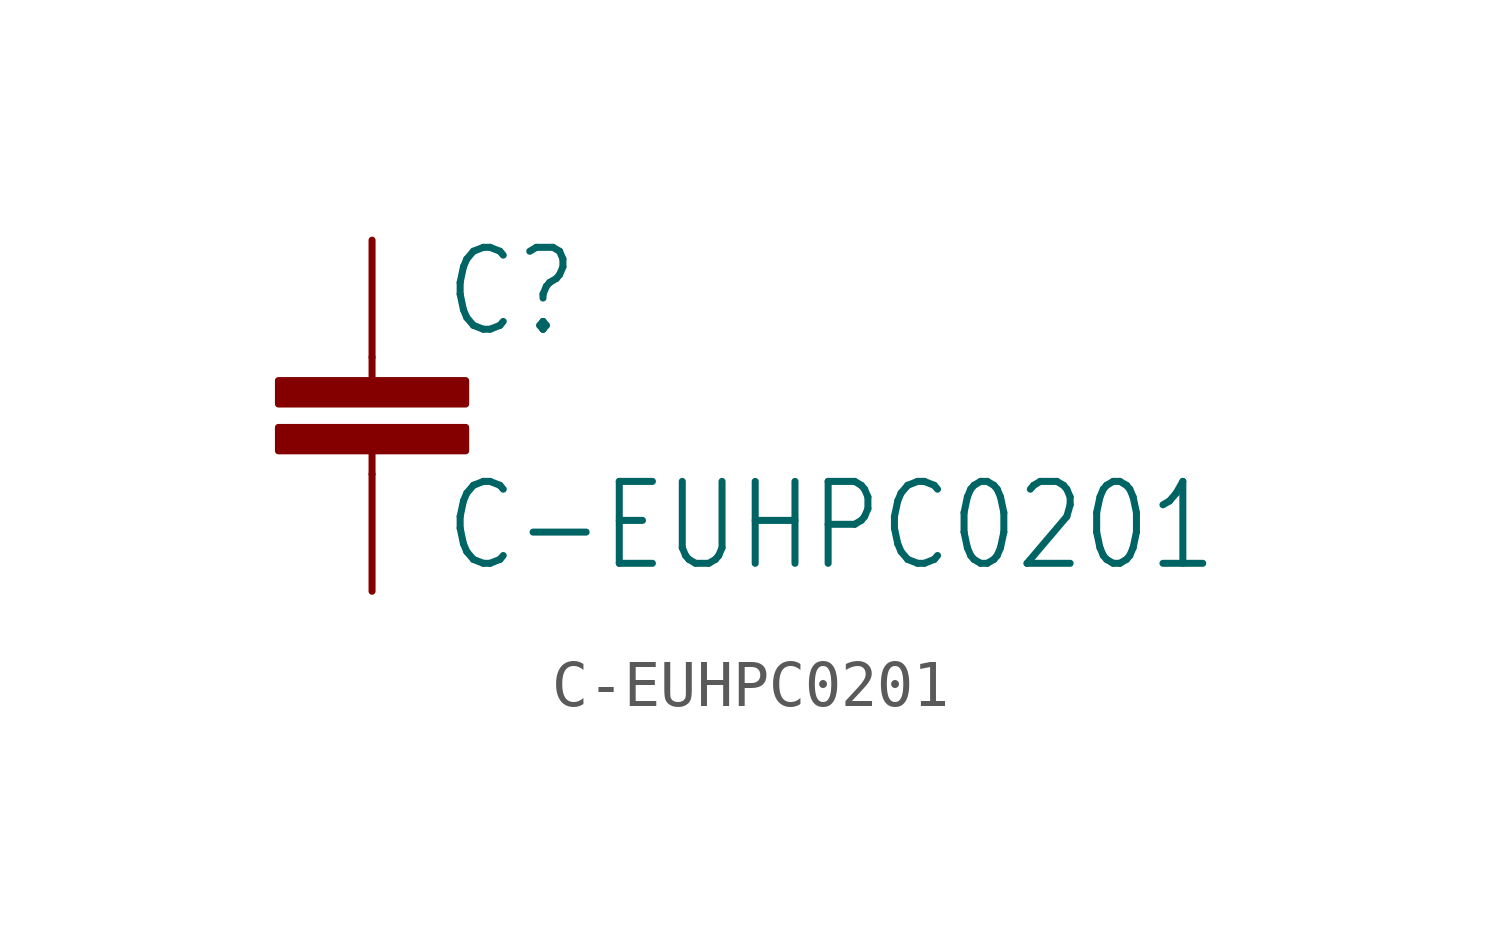
<source format=kicad_sym>
(kicad_symbol_lib
  (version 20231120)
  (generator "kicad_symbol_editor")
  (generator_version "8.0")
  (symbol "C-EUHPC0201"
    (property "Reference" "C"
      (at 1.524 0.381 0)
      (effects (font (size 1.778 1.511)) (justify left bottom)))
    (property "Value" "C-EUHPC0201"
      (at 1.524 -4.699 0)
      (effects (font (size 1.778 1.511)) (justify left bottom)))
    (property "ki_locked" ""
      (at 0 0 0)
      (effects (font (size 1.27 1.27))))
    (symbol "C-EUHPC0201_1_0"
      (rectangle (start -2.032 -2.032) (end 2.032 -1.524) (stroke (width 0) (type default)) (fill (type outline)))
      (rectangle (start -2.032 -1.016) (end 2.032 -0.508) (stroke (width 0) (type default)) (fill (type outline)))
      (polyline (pts (xy 0 -2.54) (xy 0 -2.032)) (stroke (width 0.152) (type default)) (fill (type none)))
      (polyline (pts (xy 0 0) (xy 0 -0.508)) (stroke (width 0.152) (type default)) (fill (type none)))
      (pin passive line (at 0 2.54 270) (length 2.54) (name "1" (effects (font (size 0 0)))) (number "1" (effects (font (size 0 0)))))
      (pin passive line (at 0 -5.08 90) (length 2.54) (name "2" (effects (font (size 0 0)))) (number "2" (effects (font (size 0 0))))))))
</source>
